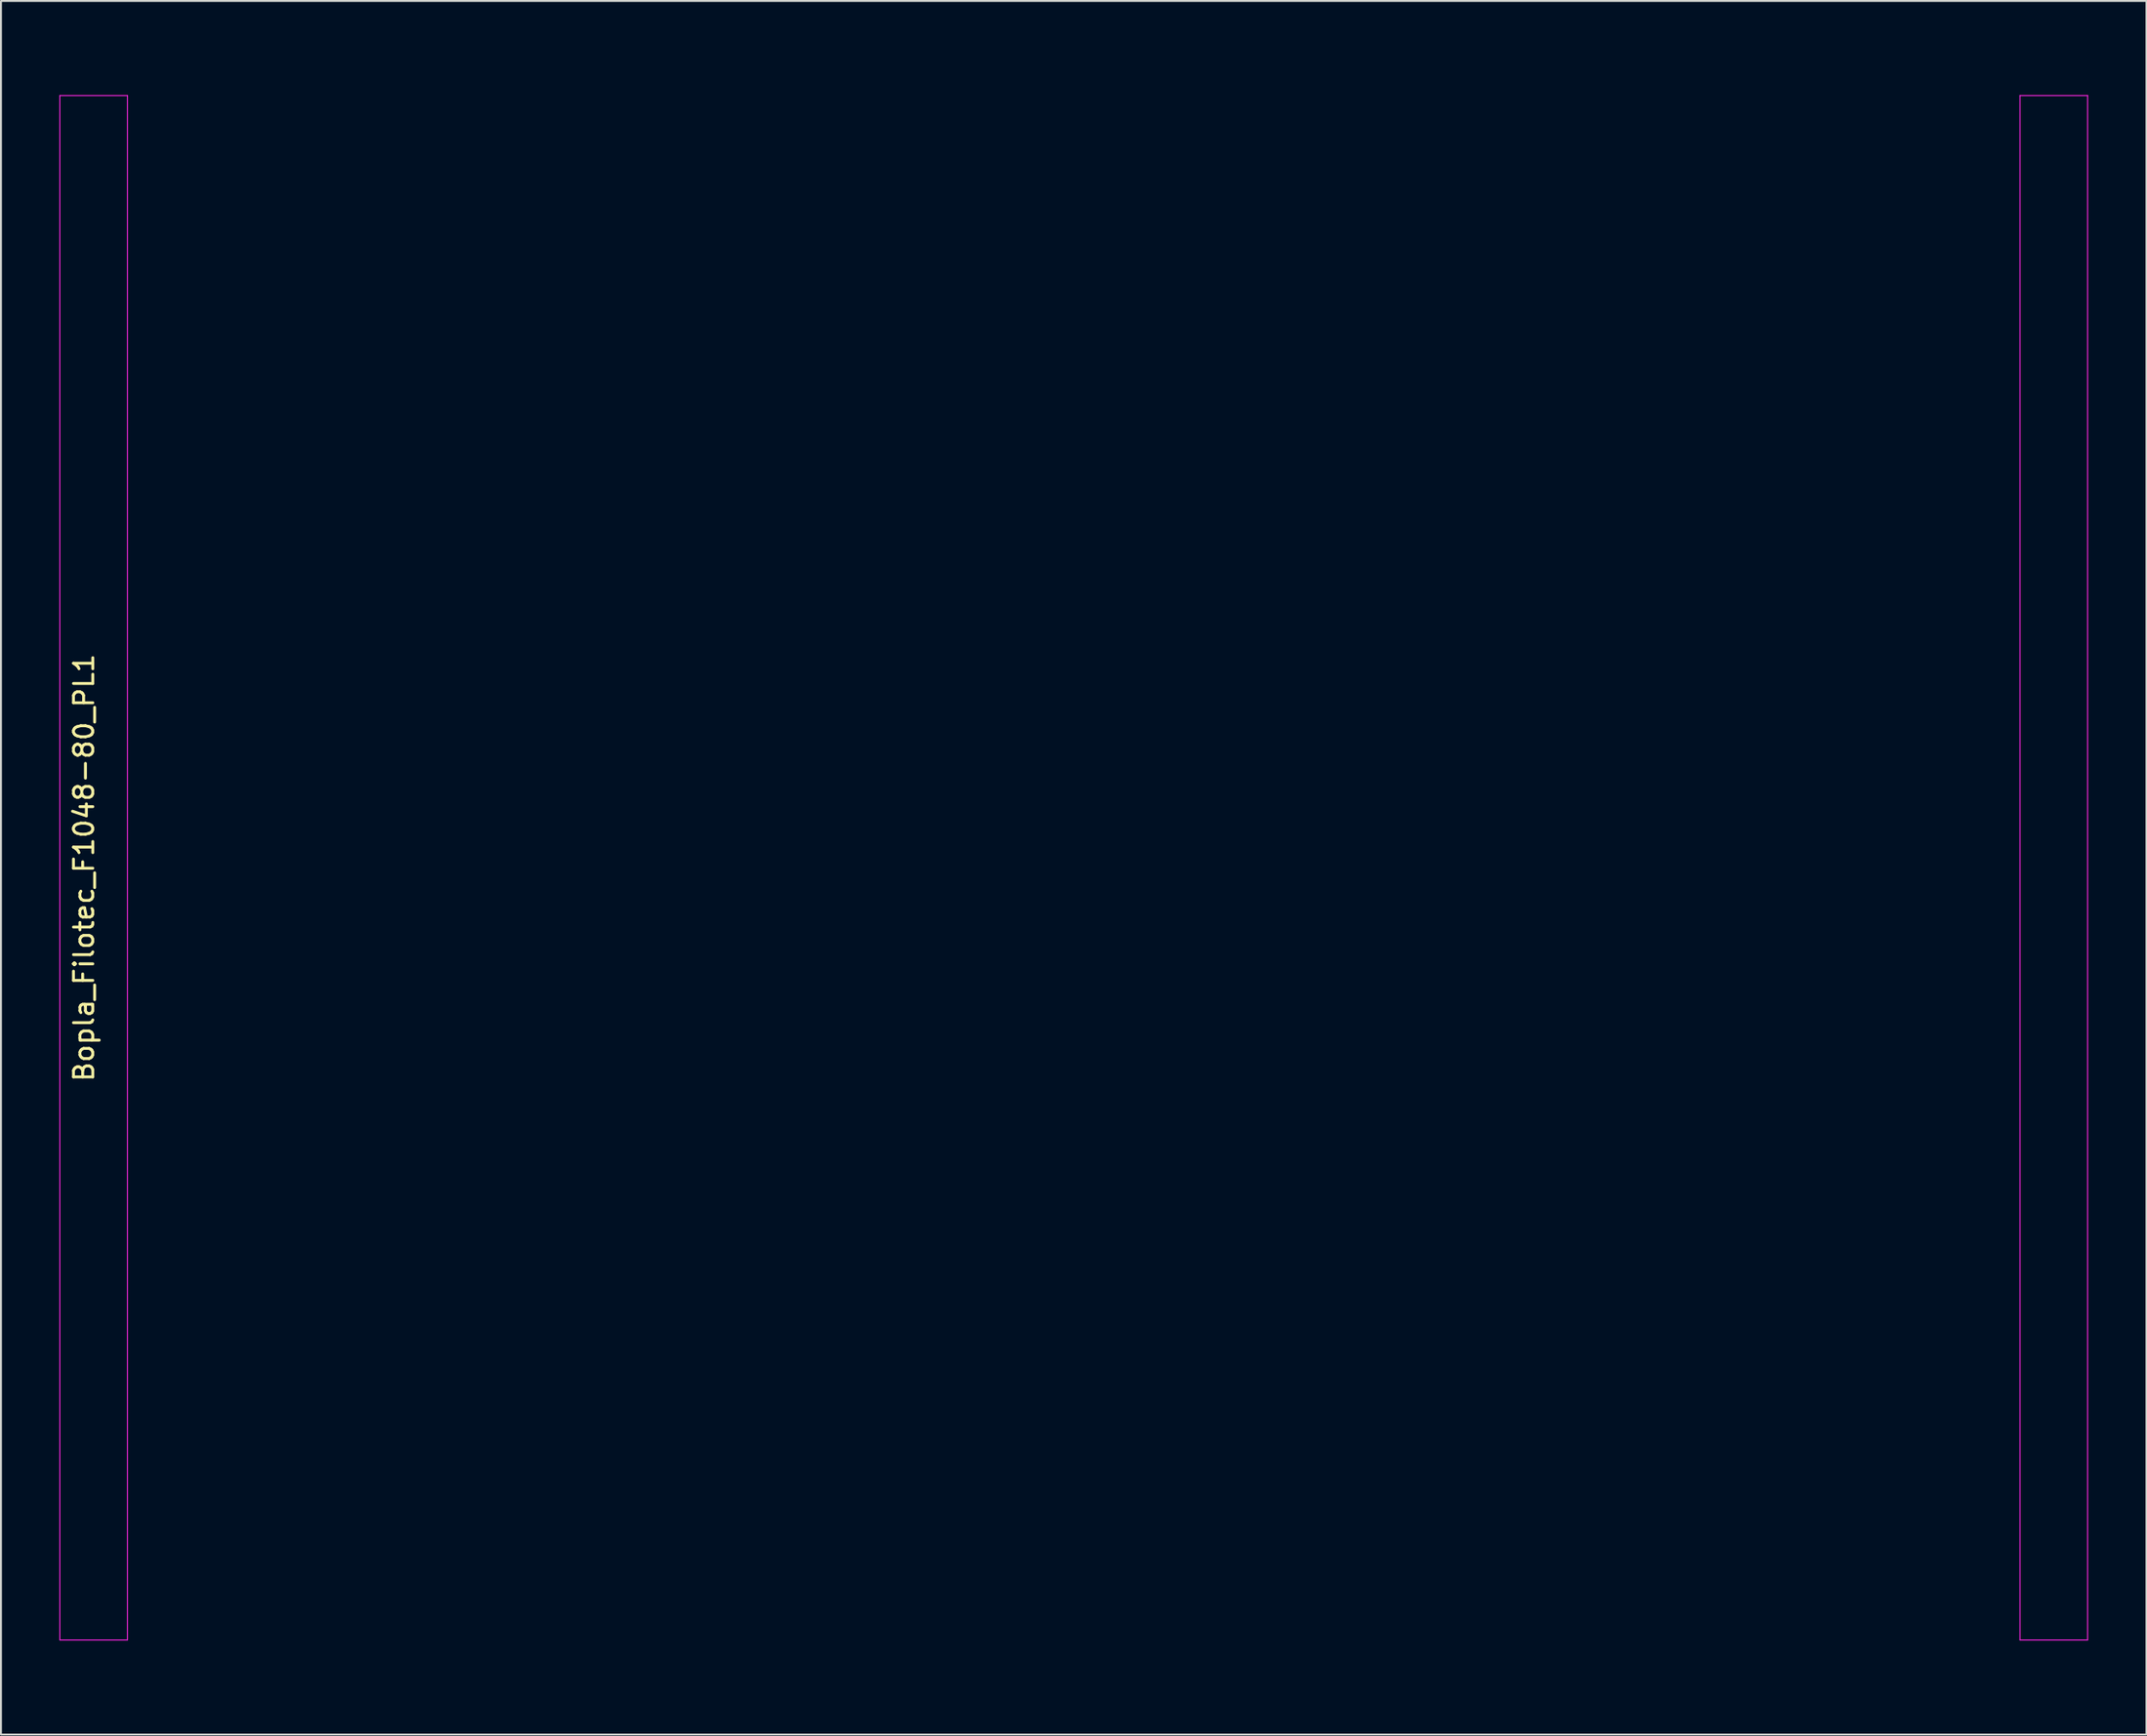
<source format=kicad_pcb>
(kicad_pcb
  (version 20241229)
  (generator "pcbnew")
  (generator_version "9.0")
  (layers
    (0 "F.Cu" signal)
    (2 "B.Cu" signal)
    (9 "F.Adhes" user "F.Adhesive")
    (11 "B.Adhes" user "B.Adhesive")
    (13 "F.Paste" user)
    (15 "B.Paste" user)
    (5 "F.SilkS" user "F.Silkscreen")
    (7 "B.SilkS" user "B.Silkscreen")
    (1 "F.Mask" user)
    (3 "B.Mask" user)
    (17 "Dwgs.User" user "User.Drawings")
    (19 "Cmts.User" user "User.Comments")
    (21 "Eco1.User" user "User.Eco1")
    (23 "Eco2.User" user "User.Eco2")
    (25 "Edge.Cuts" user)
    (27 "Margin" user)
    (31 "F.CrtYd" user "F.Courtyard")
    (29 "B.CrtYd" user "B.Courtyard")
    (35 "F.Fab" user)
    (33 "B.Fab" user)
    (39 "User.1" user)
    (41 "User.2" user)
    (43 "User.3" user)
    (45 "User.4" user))
  (footprint "Bopla_Filotec_F1048-80_PL1"
    (layer "F.Cu")
    (at 52.55 41.9)
    (property "Reference" "Bopla_Filotec_F1048-80_PL1" (at -51.25 0 90) (layer "F.SilkS") (effects (font (size 1 1) (thickness 0.15))))
    (attr exclude_from_pos_files exclude_from_bom)
    (fp_line (start -52.5 -40) (end -52.5 40) (stroke (width 0.1) (type solid)) (layer "Eco1.User"))
    (fp_line (start -52.5 -40) (end -50.25 -40) (stroke (width 0.1) (type solid)) (layer "Eco1.User"))
    (fp_line (start -52.5 40) (end -50.25 40) (stroke (width 0.1) (type solid)) (layer "Eco1.User"))
    (fp_line (start -51.25 -41.5) (end -51.25 -41.85) (stroke (width 0.1) (type solid)) (layer "Eco1.User"))
    (fp_line (start -51.25 -41.5) (end -51 -41.25) (stroke (width 0.1) (type solid)) (layer "Eco1.User"))
    (fp_line (start -51.25 41.5) (end -51.25 41.85) (stroke (width 0.1) (type solid)) (layer "Eco1.User"))
    (fp_line (start -51.25 41.5) (end -51 41.25) (stroke (width 0.1) (type solid)) (layer "Eco1.User"))
    (fp_line (start -50.75 -41) (end -50.5 -40.75) (stroke (width 0.1) (type solid)) (layer "Eco1.User"))
    (fp_line (start -50.75 41) (end -50.5 40.75) (stroke (width 0.1) (type solid)) (layer "Eco1.User"))
    (fp_line (start -50.6 -41.85) (end -50.85 -41.85) (stroke (width 0.1) (type solid)) (layer "Eco1.User"))
    (fp_line (start -50.6 -41.5) (end -50.85 -41.5) (stroke (width 0.1) (type solid)) (layer "Eco1.User"))
    (fp_line (start -50.6 41.5) (end -50.85 41.5) (stroke (width 0.1) (type solid)) (layer "Eco1.User"))
    (fp_line (start -50.6 41.85) (end -50.85 41.85) (stroke (width 0.1) (type solid)) (layer "Eco1.User"))
    (fp_line (start -50.25 -40.5) (end -50 -40.25) (stroke (width 0.1) (type solid)) (layer "Eco1.User"))
    (fp_line (start -50.25 -40) (end -50.25 40) (stroke (width 0.1) (type solid)) (layer "Eco1.User"))
    (fp_line (start -50.25 40.5) (end -50 40.25) (stroke (width 0.1) (type solid)) (layer "Eco1.User"))
    (fp_line (start -50.1 -41.85) (end -50.35 -41.85) (stroke (width 0.1) (type solid)) (layer "Eco1.User"))
    (fp_line (start -50.1 -41.5) (end -50.35 -41.5) (stroke (width 0.1) (type solid)) (layer "Eco1.User"))
    (fp_line (start -50.1 41.5) (end -50.35 41.5) (stroke (width 0.1) (type solid)) (layer "Eco1.User"))
    (fp_line (start -50.1 41.85) (end -50.35 41.85) (stroke (width 0.1) (type solid)) (layer "Eco1.User"))
    (fp_line (start -49.75 -40) (end -49.5 -39.75) (stroke (width 0.1) (type solid)) (layer "Eco1.User"))
    (fp_line (start -49.75 40) (end -49.5 39.75) (stroke (width 0.1) (type solid)) (layer "Eco1.User"))
    (fp_line (start -49.6 -41.85) (end -49.85 -41.85) (stroke (width 0.1) (type solid)) (layer "Eco1.User"))
    (fp_line (start -49.6 -41.5) (end -49.85 -41.5) (stroke (width 0.1) (type solid)) (layer "Eco1.User"))
    (fp_line (start -49.6 41.5) (end -49.85 41.5) (stroke (width 0.1) (type solid)) (layer "Eco1.User"))
    (fp_line (start -49.6 41.85) (end -49.85 41.85) (stroke (width 0.1) (type solid)) (layer "Eco1.User"))
    (fp_line (start -49.5 -39.6) (end -49.5 -39.35) (stroke (width 0.1) (type solid)) (layer "Eco1.User"))
    (fp_line (start -49.5 -39.1) (end -49.5 -38.85) (stroke (width 0.1) (type solid)) (layer "Eco1.User"))
    (fp_line (start -49.5 -38.6) (end -49.5 -38.35) (stroke (width 0.1) (type solid)) (layer "Eco1.User"))
    (fp_line (start -49.5 -38.1) (end -49.5 -37.85) (stroke (width 0.1) (type solid)) (layer "Eco1.User"))
    (fp_line (start -49.5 -37.6) (end -49.5 -37.35) (stroke (width 0.1) (type solid)) (layer "Eco1.User"))
    (fp_line (start -49.5 -37.1) (end -49.5 -36.85) (stroke (width 0.1) (type solid)) (layer "Eco1.User"))
    (fp_line (start -49.5 -36.6) (end -49.5 -36.35) (stroke (width 0.1) (type solid)) (layer "Eco1.User"))
    (fp_line (start -49.5 -36.1) (end -49.5 -35.85) (stroke (width 0.1) (type solid)) (layer "Eco1.User"))
    (fp_line (start -49.5 -35.6) (end -49.5 -35.35) (stroke (width 0.1) (type solid)) (layer "Eco1.User"))
    (fp_line (start -49.5 -35.1) (end -49.5 -34.85) (stroke (width 0.1) (type solid)) (layer "Eco1.User"))
    (fp_line (start -49.5 -34.6) (end -49.5 -34.35) (stroke (width 0.1) (type solid)) (layer "Eco1.User"))
    (fp_line (start -49.5 -34.1) (end -49.25 -33.85) (stroke (width 0.1) (type solid)) (layer "Eco1.User"))
    (fp_line (start -49.5 34.1) (end -49.25 33.85) (stroke (width 0.1) (type solid)) (layer "Eco1.User"))
    (fp_line (start -49.5 34.6) (end -49.5 34.35) (stroke (width 0.1) (type solid)) (layer "Eco1.User"))
    (fp_line (start -49.5 35.1) (end -49.5 34.85) (stroke (width 0.1) (type solid)) (layer "Eco1.User"))
    (fp_line (start -49.5 35.6) (end -49.5 35.35) (stroke (width 0.1) (type solid)) (layer "Eco1.User"))
    (fp_line (start -49.5 36.1) (end -49.5 35.85) (stroke (width 0.1) (type solid)) (layer "Eco1.User"))
    (fp_line (start -49.5 36.6) (end -49.5 36.35) (stroke (width 0.1) (type solid)) (layer "Eco1.User"))
    (fp_line (start -49.5 37.1) (end -49.5 36.85) (stroke (width 0.1) (type solid)) (layer "Eco1.User"))
    (fp_line (start -49.5 37.6) (end -49.5 37.35) (stroke (width 0.1) (type solid)) (layer "Eco1.User"))
    (fp_line (start -49.5 38.1) (end -49.5 37.85) (stroke (width 0.1) (type solid)) (layer "Eco1.User"))
    (fp_line (start -49.5 38.6) (end -49.5 38.35) (stroke (width 0.1) (type solid)) (layer "Eco1.User"))
    (fp_line (start -49.5 39.1) (end -49.5 38.85) (stroke (width 0.1) (type solid)) (layer "Eco1.User"))
    (fp_line (start -49.5 39.6) (end -49.5 39.35) (stroke (width 0.1) (type solid)) (layer "Eco1.User"))
    (fp_line (start -49.1 -41.85) (end -49.35 -41.85) (stroke (width 0.1) (type solid)) (layer "Eco1.User"))
    (fp_line (start -49.1 -41.5) (end -49.35 -41.5) (stroke (width 0.1) (type solid)) (layer "Eco1.User"))
    (fp_line (start -49.1 41.5) (end -49.35 41.5) (stroke (width 0.1) (type solid)) (layer "Eco1.User"))
    (fp_line (start -49.1 41.85) (end -49.35 41.85) (stroke (width 0.1) (type solid)) (layer "Eco1.User"))
    (fp_line (start -49 -40) (end -46.5 -40) (stroke (width 0.1) (type solid)) (layer "Eco1.User"))
    (fp_line (start -49 40) (end -49 -40) (stroke (width 0.1) (type solid)) (layer "Eco1.User"))
    (fp_line (start -49 40) (end -46.5 40) (stroke (width 0.1) (type solid)) (layer "Eco1.User"))
    (fp_line (start -48.6 -41.85) (end -48.85 -41.85) (stroke (width 0.1) (type solid)) (layer "Eco1.User"))
    (fp_line (start -48.6 -41.5) (end -48.85 -41.5) (stroke (width 0.1) (type solid)) (layer "Eco1.User"))
    (fp_line (start -48.6 41.5) (end -48.85 41.5) (stroke (width 0.1) (type solid)) (layer "Eco1.User"))
    (fp_line (start -48.6 41.85) (end -48.85 41.85) (stroke (width 0.1) (type solid)) (layer "Eco1.User"))
    (fp_line (start -48.15 -41.85) (end -48.4 -41.85) (stroke (width 0.1) (type solid)) (layer "Eco1.User"))
    (fp_line (start -48.15 -41.5) (end -48.4 -41.5) (stroke (width 0.1) (type solid)) (layer "Eco1.User"))
    (fp_line (start -48.15 41.5) (end -48.4 41.5) (stroke (width 0.1) (type solid)) (layer "Eco1.User"))
    (fp_line (start -48.15 41.85) (end -48.4 41.85) (stroke (width 0.1) (type solid)) (layer "Eco1.User"))
    (fp_line (start -47.65 -41.85) (end -47.9 -41.85) (stroke (width 0.1) (type solid)) (layer "Eco1.User"))
    (fp_line (start -47.65 -41.5) (end -47.9 -41.5) (stroke (width 0.1) (type solid)) (layer "Eco1.User"))
    (fp_line (start -47.65 41.5) (end -47.9 41.5) (stroke (width 0.1) (type solid)) (layer "Eco1.User"))
    (fp_line (start -47.65 41.85) (end -47.9 41.85) (stroke (width 0.1) (type solid)) (layer "Eco1.User"))
    (fp_line (start -47.5 -39.6) (end -47.5 -39.35) (stroke (width 0.1) (type solid)) (layer "Eco1.User"))
    (fp_line (start -47.5 -39.1) (end -47.5 -38.85) (stroke (width 0.1) (type solid)) (layer "Eco1.User"))
    (fp_line (start -47.5 -38.6) (end -47.5 -38.35) (stroke (width 0.1) (type solid)) (layer "Eco1.User"))
    (fp_line (start -47.5 -38.1) (end -47.5 -37.85) (stroke (width 0.1) (type solid)) (layer "Eco1.User"))
    (fp_line (start -47.5 -37.6) (end -47.5 -37.35) (stroke (width 0.1) (type solid)) (layer "Eco1.User"))
    (fp_line (start -47.5 -37.1) (end -47.5 -36.85) (stroke (width 0.1) (type solid)) (layer "Eco1.User"))
    (fp_line (start -47.5 -36.6) (end -47.5 -36.35) (stroke (width 0.1) (type solid)) (layer "Eco1.User"))
    (fp_line (start -47.5 -36.1) (end -47.5 -35.85) (stroke (width 0.1) (type solid)) (layer "Eco1.User"))
    (fp_line (start -47.5 -35.6) (end -47.5 -35.35) (stroke (width 0.1) (type solid)) (layer "Eco1.User"))
    (fp_line (start -47.5 -35.1) (end -47.5 -34.85) (stroke (width 0.1) (type solid)) (layer "Eco1.User"))
    (fp_line (start -47.5 -34.6) (end -47.5 -34.35) (stroke (width 0.1) (type solid)) (layer "Eco1.User"))
    (fp_line (start -47.5 -34.1) (end -47.75 -33.85) (stroke (width 0.1) (type solid)) (layer "Eco1.User"))
    (fp_line (start -47.5 34.1) (end -47.75 33.85) (stroke (width 0.1) (type solid)) (layer "Eco1.User"))
    (fp_line (start -47.5 34.6) (end -47.5 34.35) (stroke (width 0.1) (type solid)) (layer "Eco1.User"))
    (fp_line (start -47.5 35.1) (end -47.5 34.85) (stroke (width 0.1) (type solid)) (layer "Eco1.User"))
    (fp_line (start -47.5 35.6) (end -47.5 35.35) (stroke (width 0.1) (type solid)) (layer "Eco1.User"))
    (fp_line (start -47.5 36.1) (end -47.5 35.85) (stroke (width 0.1) (type solid)) (layer "Eco1.User"))
    (fp_line (start -47.5 36.6) (end -47.5 36.35) (stroke (width 0.1) (type solid)) (layer "Eco1.User"))
    (fp_line (start -47.5 37.1) (end -47.5 36.85) (stroke (width 0.1) (type solid)) (layer "Eco1.User"))
    (fp_line (start -47.5 37.6) (end -47.5 37.35) (stroke (width 0.1) (type solid)) (layer "Eco1.User"))
    (fp_line (start -47.5 38.1) (end -47.5 37.85) (stroke (width 0.1) (type solid)) (layer "Eco1.User"))
    (fp_line (start -47.5 38.6) (end -47.5 38.35) (stroke (width 0.1) (type solid)) (layer "Eco1.User"))
    (fp_line (start -47.5 39.1) (end -47.5 38.85) (stroke (width 0.1) (type solid)) (layer "Eco1.User"))
    (fp_line (start -47.5 39.6) (end -47.5 39.35) (stroke (width 0.1) (type solid)) (layer "Eco1.User"))
    (fp_line (start -47.25 -40) (end -47.5 -39.75) (stroke (width 0.1) (type solid)) (layer "Eco1.User"))
    (fp_line (start -47.25 40) (end -47.5 39.75) (stroke (width 0.1) (type solid)) (layer "Eco1.User"))
    (fp_line (start -47.15 -41.85) (end -47.4 -41.85) (stroke (width 0.1) (type solid)) (layer "Eco1.User"))
    (fp_line (start -47.15 -41.5) (end -47.4 -41.5) (stroke (width 0.1) (type solid)) (layer "Eco1.User"))
    (fp_line (start -47.15 41.5) (end -47.4 41.5) (stroke (width 0.1) (type solid)) (layer "Eco1.User"))
    (fp_line (start -47.15 41.85) (end -47.4 41.85) (stroke (width 0.1) (type solid)) (layer "Eco1.User"))
    (fp_line (start -46.75 -40.5) (end -47 -40.25) (stroke (width 0.1) (type solid)) (layer "Eco1.User"))
    (fp_line (start -46.75 40.5) (end -47 40.25) (stroke (width 0.1) (type solid)) (layer "Eco1.User"))
    (fp_line (start -46.65 -41.85) (end -46.9 -41.85) (stroke (width 0.1) (type solid)) (layer "Eco1.User"))
    (fp_line (start -46.65 -41.5) (end -46.9 -41.5) (stroke (width 0.1) (type solid)) (layer "Eco1.User"))
    (fp_line (start -46.65 41.5) (end -46.9 41.5) (stroke (width 0.1) (type solid)) (layer "Eco1.User"))
    (fp_line (start -46.65 41.85) (end -46.9 41.85) (stroke (width 0.1) (type solid)) (layer "Eco1.User"))
    (fp_line (start -46.5 40) (end -46.5 -40) (stroke (width 0.1) (type solid)) (layer "Eco1.User"))
    (fp_line (start -46.5 40) (end 46.5 40) (stroke (width 0.1) (type solid)) (layer "Eco1.User"))
    (fp_line (start -46.25 -41) (end -46.5 -40.75) (stroke (width 0.1) (type solid)) (layer "Eco1.User"))
    (fp_line (start -46.25 41) (end -46.5 40.75) (stroke (width 0.1) (type solid)) (layer "Eco1.User"))
    (fp_line (start -46.15 -41.85) (end -46.4 -41.85) (stroke (width 0.1) (type solid)) (layer "Eco1.User"))
    (fp_line (start -46.15 -41.5) (end -46.4 -41.5) (stroke (width 0.1) (type solid)) (layer "Eco1.User"))
    (fp_line (start -46.15 41.5) (end -46.4 41.5) (stroke (width 0.1) (type solid)) (layer "Eco1.User"))
    (fp_line (start -46.15 41.85) (end -46.4 41.85) (stroke (width 0.1) (type solid)) (layer "Eco1.User"))
    (fp_line (start -45.75 -41.5) (end -46 -41.25) (stroke (width 0.1) (type solid)) (layer "Eco1.User"))
    (fp_line (start -45.75 -41.5) (end -45.75 -41.85) (stroke (width 0.1) (type solid)) (layer "Eco1.User"))
    (fp_line (start -45.75 41.5) (end -46 41.25) (stroke (width 0.1) (type solid)) (layer "Eco1.User"))
    (fp_line (start -45.75 41.5) (end -45.75 41.85) (stroke (width 0.1) (type solid)) (layer "Eco1.User"))
    (fp_line (start 45.75 -41.5) (end 45.75 -41.85) (stroke (width 0.1) (type solid)) (layer "Eco1.User"))
    (fp_line (start 45.75 -41.5) (end 46 -41.25) (stroke (width 0.1) (type solid)) (layer "Eco1.User"))
    (fp_line (start 45.75 41.5) (end 45.75 41.85) (stroke (width 0.1) (type solid)) (layer "Eco1.User"))
    (fp_line (start 45.75 41.5) (end 46 41.25) (stroke (width 0.1) (type solid)) (layer "Eco1.User"))
    (fp_line (start 46.25 -41) (end 46.5 -40.75) (stroke (width 0.1) (type solid)) (layer "Eco1.User"))
    (fp_line (start 46.25 41) (end 46.5 40.75) (stroke (width 0.1) (type solid)) (layer "Eco1.User"))
    (fp_line (start 46.4 -41.85) (end 46.15 -41.85) (stroke (width 0.1) (type solid)) (layer "Eco1.User"))
    (fp_line (start 46.4 -41.5) (end 46.15 -41.5) (stroke (width 0.1) (type solid)) (layer "Eco1.User"))
    (fp_line (start 46.4 41.5) (end 46.15 41.5) (stroke (width 0.1) (type solid)) (layer "Eco1.User"))
    (fp_line (start 46.4 41.85) (end 46.15 41.85) (stroke (width 0.1) (type solid)) (layer "Eco1.User"))
    (fp_line (start 46.5 -40) (end -46.5 -40) (stroke (width 0.1) (type solid)) (layer "Eco1.User"))
    (fp_line (start 46.5 -40) (end 46.5 40) (stroke (width 0.1) (type solid)) (layer "Eco1.User"))
    (fp_line (start 46.75 -40.5) (end 47 -40.25) (stroke (width 0.1) (type solid)) (layer "Eco1.User"))
    (fp_line (start 46.75 40.5) (end 47 40.25) (stroke (width 0.1) (type solid)) (layer "Eco1.User"))
    (fp_line (start 46.9 -41.85) (end 46.65 -41.85) (stroke (width 0.1) (type solid)) (layer "Eco1.User"))
    (fp_line (start 46.9 -41.5) (end 46.65 -41.5) (stroke (width 0.1) (type solid)) (layer "Eco1.User"))
    (fp_line (start 46.9 41.5) (end 46.65 41.5) (stroke (width 0.1) (type solid)) (layer "Eco1.User"))
    (fp_line (start 46.9 41.85) (end 46.65 41.85) (stroke (width 0.1) (type solid)) (layer "Eco1.User"))
    (fp_line (start 47.25 -40) (end 47.5 -39.75) (stroke (width 0.1) (type solid)) (layer "Eco1.User"))
    (fp_line (start 47.25 40) (end 47.5 39.75) (stroke (width 0.1) (type solid)) (layer "Eco1.User"))
    (fp_line (start 47.4 -41.85) (end 47.15 -41.85) (stroke (width 0.1) (type solid)) (layer "Eco1.User"))
    (fp_line (start 47.4 -41.5) (end 47.15 -41.5) (stroke (width 0.1) (type solid)) (layer "Eco1.User"))
    (fp_line (start 47.4 41.5) (end 47.15 41.5) (stroke (width 0.1) (type solid)) (layer "Eco1.User"))
    (fp_line (start 47.4 41.85) (end 47.15 41.85) (stroke (width 0.1) (type solid)) (layer "Eco1.User"))
    (fp_line (start 47.5 -39.6) (end 47.5 -39.35) (stroke (width 0.1) (type solid)) (layer "Eco1.User"))
    (fp_line (start 47.5 -39.1) (end 47.5 -38.85) (stroke (width 0.1) (type solid)) (layer "Eco1.User"))
    (fp_line (start 47.5 -38.6) (end 47.5 -38.35) (stroke (width 0.1) (type solid)) (layer "Eco1.User"))
    (fp_line (start 47.5 -38.1) (end 47.5 -37.85) (stroke (width 0.1) (type solid)) (layer "Eco1.User"))
    (fp_line (start 47.5 -37.6) (end 47.5 -37.35) (stroke (width 0.1) (type solid)) (layer "Eco1.User"))
    (fp_line (start 47.5 -37.1) (end 47.5 -36.85) (stroke (width 0.1) (type solid)) (layer "Eco1.User"))
    (fp_line (start 47.5 -36.6) (end 47.5 -36.35) (stroke (width 0.1) (type solid)) (layer "Eco1.User"))
    (fp_line (start 47.5 -36.1) (end 47.5 -35.85) (stroke (width 0.1) (type solid)) (layer "Eco1.User"))
    (fp_line (start 47.5 -35.6) (end 47.5 -35.35) (stroke (width 0.1) (type solid)) (layer "Eco1.User"))
    (fp_line (start 47.5 -35.1) (end 47.5 -34.85) (stroke (width 0.1) (type solid)) (layer "Eco1.User"))
    (fp_line (start 47.5 -34.6) (end 47.5 -34.35) (stroke (width 0.1) (type solid)) (layer "Eco1.User"))
    (fp_line (start 47.5 -34.1) (end 47.75 -33.85) (stroke (width 0.1) (type solid)) (layer "Eco1.User"))
    (fp_line (start 47.5 34.1) (end 47.75 33.85) (stroke (width 0.1) (type solid)) (layer "Eco1.User"))
    (fp_line (start 47.5 34.6) (end 47.5 34.35) (stroke (width 0.1) (type solid)) (layer "Eco1.User"))
    (fp_line (start 47.5 35.1) (end 47.5 34.85) (stroke (width 0.1) (type solid)) (layer "Eco1.User"))
    (fp_line (start 47.5 35.6) (end 47.5 35.35) (stroke (width 0.1) (type solid)) (layer "Eco1.User"))
    (fp_line (start 47.5 36.1) (end 47.5 35.85) (stroke (width 0.1) (type solid)) (layer "Eco1.User"))
    (fp_line (start 47.5 36.6) (end 47.5 36.35) (stroke (width 0.1) (type solid)) (layer "Eco1.User"))
    (fp_line (start 47.5 37.1) (end 47.5 36.85) (stroke (width 0.1) (type solid)) (layer "Eco1.User"))
    (fp_line (start 47.5 37.6) (end 47.5 37.35) (stroke (width 0.1) (type solid)) (layer "Eco1.User"))
    (fp_line (start 47.5 38.1) (end 47.5 37.85) (stroke (width 0.1) (type solid)) (layer "Eco1.User"))
    (fp_line (start 47.5 38.6) (end 47.5 38.35) (stroke (width 0.1) (type solid)) (layer "Eco1.User"))
    (fp_line (start 47.5 39.1) (end 47.5 38.85) (stroke (width 0.1) (type solid)) (layer "Eco1.User"))
    (fp_line (start 47.5 39.6) (end 47.5 39.35) (stroke (width 0.1) (type solid)) (layer "Eco1.User"))
    (fp_line (start 47.9 -41.85) (end 47.65 -41.85) (stroke (width 0.1) (type solid)) (layer "Eco1.User"))
    (fp_line (start 47.9 -41.5) (end 47.65 -41.5) (stroke (width 0.1) (type solid)) (layer "Eco1.User"))
    (fp_line (start 47.9 41.5) (end 47.65 41.5) (stroke (width 0.1) (type solid)) (layer "Eco1.User"))
    (fp_line (start 47.9 41.85) (end 47.65 41.85) (stroke (width 0.1) (type solid)) (layer "Eco1.User"))
    (fp_line (start 48.4 -41.85) (end 48.15 -41.85) (stroke (width 0.1) (type solid)) (layer "Eco1.User"))
    (fp_line (start 48.4 -41.5) (end 48.15 -41.5) (stroke (width 0.1) (type solid)) (layer "Eco1.User"))
    (fp_line (start 48.4 41.5) (end 48.15 41.5) (stroke (width 0.1) (type solid)) (layer "Eco1.User"))
    (fp_line (start 48.4 41.85) (end 48.15 41.85) (stroke (width 0.1) (type solid)) (layer "Eco1.User"))
    (fp_line (start 48.85 -41.85) (end 48.6 -41.85) (stroke (width 0.1) (type solid)) (layer "Eco1.User"))
    (fp_line (start 48.85 -41.5) (end 48.6 -41.5) (stroke (width 0.1) (type solid)) (layer "Eco1.User"))
    (fp_line (start 48.85 41.5) (end 48.6 41.5) (stroke (width 0.1) (type solid)) (layer "Eco1.User"))
    (fp_line (start 48.85 41.85) (end 48.6 41.85) (stroke (width 0.1) (type solid)) (layer "Eco1.User"))
    (fp_line (start 49 -40) (end 46.5 -40) (stroke (width 0.1) (type solid)) (layer "Eco1.User"))
    (fp_line (start 49 -40) (end 49 40) (stroke (width 0.1) (type solid)) (layer "Eco1.User"))
    (fp_line (start 49 40) (end 46.5 40) (stroke (width 0.1) (type solid)) (layer "Eco1.User"))
    (fp_line (start 49.35 -41.85) (end 49.1 -41.85) (stroke (width 0.1) (type solid)) (layer "Eco1.User"))
    (fp_line (start 49.35 -41.5) (end 49.1 -41.5) (stroke (width 0.1) (type solid)) (layer "Eco1.User"))
    (fp_line (start 49.35 41.5) (end 49.1 41.5) (stroke (width 0.1) (type solid)) (layer "Eco1.User"))
    (fp_line (start 49.35 41.85) (end 49.1 41.85) (stroke (width 0.1) (type solid)) (layer "Eco1.User"))
    (fp_line (start 49.5 -39.6) (end 49.5 -39.35) (stroke (width 0.1) (type solid)) (layer "Eco1.User"))
    (fp_line (start 49.5 -39.1) (end 49.5 -38.85) (stroke (width 0.1) (type solid)) (layer "Eco1.User"))
    (fp_line (start 49.5 -38.6) (end 49.5 -38.35) (stroke (width 0.1) (type solid)) (layer "Eco1.User"))
    (fp_line (start 49.5 -38.1) (end 49.5 -37.85) (stroke (width 0.1) (type solid)) (layer "Eco1.User"))
    (fp_line (start 49.5 -37.6) (end 49.5 -37.35) (stroke (width 0.1) (type solid)) (layer "Eco1.User"))
    (fp_line (start 49.5 -37.1) (end 49.5 -36.85) (stroke (width 0.1) (type solid)) (layer "Eco1.User"))
    (fp_line (start 49.5 -36.6) (end 49.5 -36.35) (stroke (width 0.1) (type solid)) (layer "Eco1.User"))
    (fp_line (start 49.5 -36.1) (end 49.5 -35.85) (stroke (width 0.1) (type solid)) (layer "Eco1.User"))
    (fp_line (start 49.5 -35.6) (end 49.5 -35.35) (stroke (width 0.1) (type solid)) (layer "Eco1.User"))
    (fp_line (start 49.5 -35.1) (end 49.5 -34.85) (stroke (width 0.1) (type solid)) (layer "Eco1.User"))
    (fp_line (start 49.5 -34.6) (end 49.5 -34.35) (stroke (width 0.1) (type solid)) (layer "Eco1.User"))
    (fp_line (start 49.5 -34.1) (end 49.25 -33.85) (stroke (width 0.1) (type solid)) (layer "Eco1.User"))
    (fp_line (start 49.5 34.1) (end 49.25 33.85) (stroke (width 0.1) (type solid)) (layer "Eco1.User"))
    (fp_line (start 49.5 34.6) (end 49.5 34.35) (stroke (width 0.1) (type solid)) (layer "Eco1.User"))
    (fp_line (start 49.5 35.1) (end 49.5 34.85) (stroke (width 0.1) (type solid)) (layer "Eco1.User"))
    (fp_line (start 49.5 35.6) (end 49.5 35.35) (stroke (width 0.1) (type solid)) (layer "Eco1.User"))
    (fp_line (start 49.5 36.1) (end 49.5 35.85) (stroke (width 0.1) (type solid)) (layer "Eco1.User"))
    (fp_line (start 49.5 36.6) (end 49.5 36.35) (stroke (width 0.1) (type solid)) (layer "Eco1.User"))
    (fp_line (start 49.5 37.1) (end 49.5 36.85) (stroke (width 0.1) (type solid)) (layer "Eco1.User"))
    (fp_line (start 49.5 37.6) (end 49.5 37.35) (stroke (width 0.1) (type solid)) (layer "Eco1.User"))
    (fp_line (start 49.5 38.1) (end 49.5 37.85) (stroke (width 0.1) (type solid)) (layer "Eco1.User"))
    (fp_line (start 49.5 38.6) (end 49.5 38.35) (stroke (width 0.1) (type solid)) (layer "Eco1.User"))
    (fp_line (start 49.5 39.1) (end 49.5 38.85) (stroke (width 0.1) (type solid)) (layer "Eco1.User"))
    (fp_line (start 49.5 39.6) (end 49.5 39.35) (stroke (width 0.1) (type solid)) (layer "Eco1.User"))
    (fp_line (start 49.75 -40) (end 49.5 -39.75) (stroke (width 0.1) (type solid)) (layer "Eco1.User"))
    (fp_line (start 49.75 40) (end 49.5 39.75) (stroke (width 0.1) (type solid)) (layer "Eco1.User"))
    (fp_line (start 49.85 -41.85) (end 49.6 -41.85) (stroke (width 0.1) (type solid)) (layer "Eco1.User"))
    (fp_line (start 49.85 -41.5) (end 49.6 -41.5) (stroke (width 0.1) (type solid)) (layer "Eco1.User"))
    (fp_line (start 49.85 41.5) (end 49.6 41.5) (stroke (width 0.1) (type solid)) (layer "Eco1.User"))
    (fp_line (start 49.85 41.85) (end 49.6 41.85) (stroke (width 0.1) (type solid)) (layer "Eco1.User"))
    (fp_line (start 50.25 -40.5) (end 50 -40.25) (stroke (width 0.1) (type solid)) (layer "Eco1.User"))
    (fp_line (start 50.25 -40) (end 52.5 -40) (stroke (width 0.1) (type solid)) (layer "Eco1.User"))
    (fp_line (start 50.25 40) (end 50.25 -40) (stroke (width 0.1) (type solid)) (layer "Eco1.User"))
    (fp_line (start 50.25 40) (end 52.5 40) (stroke (width 0.1) (type solid)) (layer "Eco1.User"))
    (fp_line (start 50.25 40.5) (end 50 40.25) (stroke (width 0.1) (type solid)) (layer "Eco1.User"))
    (fp_line (start 50.35 -41.85) (end 50.1 -41.85) (stroke (width 0.1) (type solid)) (layer "Eco1.User"))
    (fp_line (start 50.35 -41.5) (end 50.1 -41.5) (stroke (width 0.1) (type solid)) (layer "Eco1.User"))
    (fp_line (start 50.35 41.5) (end 50.1 41.5) (stroke (width 0.1) (type solid)) (layer "Eco1.User"))
    (fp_line (start 50.35 41.85) (end 50.1 41.85) (stroke (width 0.1) (type solid)) (layer "Eco1.User"))
    (fp_line (start 50.75 -41) (end 50.5 -40.75) (stroke (width 0.1) (type solid)) (layer "Eco1.User"))
    (fp_line (start 50.75 41) (end 50.5 40.75) (stroke (width 0.1) (type solid)) (layer "Eco1.User"))
    (fp_line (start 50.85 -41.85) (end 50.6 -41.85) (stroke (width 0.1) (type solid)) (layer "Eco1.User"))
    (fp_line (start 50.85 -41.5) (end 50.6 -41.5) (stroke (width 0.1) (type solid)) (layer "Eco1.User"))
    (fp_line (start 50.85 41.5) (end 50.6 41.5) (stroke (width 0.1) (type solid)) (layer "Eco1.User"))
    (fp_line (start 50.85 41.85) (end 50.6 41.85) (stroke (width 0.1) (type solid)) (layer "Eco1.User"))
    (fp_line (start 51.25 -41.5) (end 51 -41.25) (stroke (width 0.1) (type solid)) (layer "Eco1.User"))
    (fp_line (start 51.25 -41.5) (end 51.25 -41.85) (stroke (width 0.1) (type solid)) (layer "Eco1.User"))
    (fp_line (start 51.25 41.5) (end 51 41.25) (stroke (width 0.1) (type solid)) (layer "Eco1.User"))
    (fp_line (start 51.25 41.5) (end 51.25 41.85) (stroke (width 0.1) (type solid)) (layer "Eco1.User"))
    (fp_line (start 52.5 -40) (end 52.5 40) (stroke (width 0.1) (type solid)) (layer "Eco1.User"))
    (fp_line (start -52.5 -40) (end -52.5 40) (stroke (width 0.05) (type solid)) (layer "F.CrtYd"))
    (fp_line (start -52.5 40) (end -49 40) (stroke (width 0.05) (type solid)) (layer "F.CrtYd"))
    (fp_line (start -49 -40) (end -52.5 -40) (stroke (width 0.05) (type solid)) (layer "F.CrtYd"))
    (fp_line (start -49 40) (end -49 -40) (stroke (width 0.05) (type solid)) (layer "F.CrtYd"))
    (fp_line (start 49 -40) (end 52.5 -40) (stroke (width 0.05) (type solid)) (layer "F.CrtYd"))
    (fp_line (start 49 40) (end 49 -40) (stroke (width 0.05) (type solid)) (layer "F.CrtYd"))
    (fp_line (start 52.5 -40) (end 52.5 40) (stroke (width 0.05) (type solid)) (layer "F.CrtYd"))
    (fp_line (start 52.5 40) (end 49 40) (stroke (width 0.05) (type solid)) (layer "F.CrtYd")))
  (gr_rect
    (start -3 -3)
    (end 108.1 86.8)
    (stroke (width 0.1) (type default))
    (fill no)
    (layer "Edge.Cuts")))
</source>
